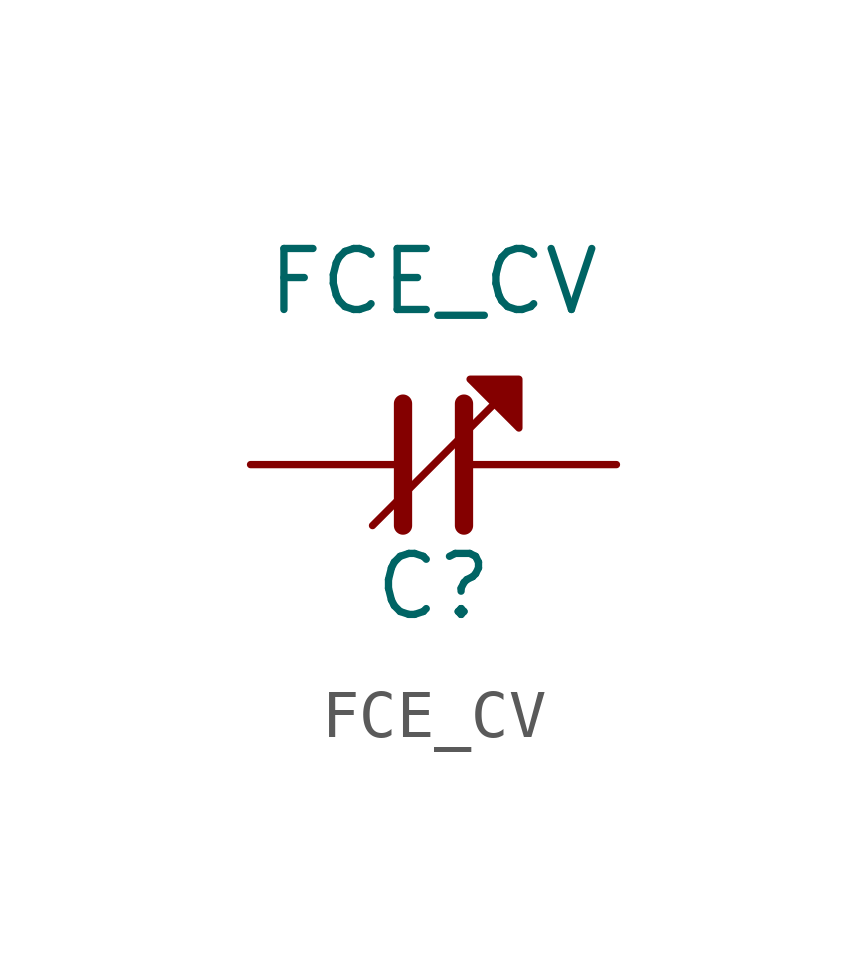
<source format=kicad_sym>
(kicad_symbol_lib
  (version 20211014)
  (generator kicad_symbol_editor)
  (symbol "FCE_CV"
    (pin_numbers hide)
    (pin_names
      (offset 0) hide)
    (property "Reference" "C"
      (at 0 -2.54 0)
      (effects (font (size 1.27 1.27))))
    (property "Value" "FCE_CV"
      (at 0 3.81 0)
      (effects (font (size 1.27 1.27))))
    (property "Footprint" ""
      (at 0 0 0)
      (effects (font (size 1.27 1.27))))
    (property "Datasheet" ""
      (at 0 0 0)
      (effects (font (size 1.27 1.27))))
    (symbol "FCE_CV_0_1"
      (polyline (pts (xy 0.635 1.27) (xy 0.635 -1.27)) (stroke (width 0.381) (type default) (color 0 0 0 0)) (fill (type none)))
      (polyline (pts (xy 1.27 1.27) (xy -1.27 -1.27)) (stroke (width 0) (type default) (color 0 0 0 0)) (fill (type none)))
      (polyline (pts (xy -0.635 1.27) (xy -0.635 -1.27) (xy -0.635 0.635)) (stroke (width 0.381) (type default) (color 0 0 0 0)) (fill (type none)))
      (polyline (pts (xy 1.27 1.27) (xy 1.778 0.762) (xy 1.778 1.778) (xy 0.762 1.778) (xy 1.27 1.27)) (stroke (width 0) (type default) (color 0 0 0 0)) (fill (type outline))))
    (symbol "FCE_CV_1_1"
      (pin passive line (at -3.81 0 0) (length 3.175) (name "A" (effects (font (size 0.813 0.813)))) (number "1" (effects (font (size 0.813 0.813)))))
      (pin passive line (at 3.81 0 180) (length 3.175) (name "K" (effects (font (size 0.813 0.813)))) (number "2" (effects (font (size 0.813 0.813))))))))
</source>
